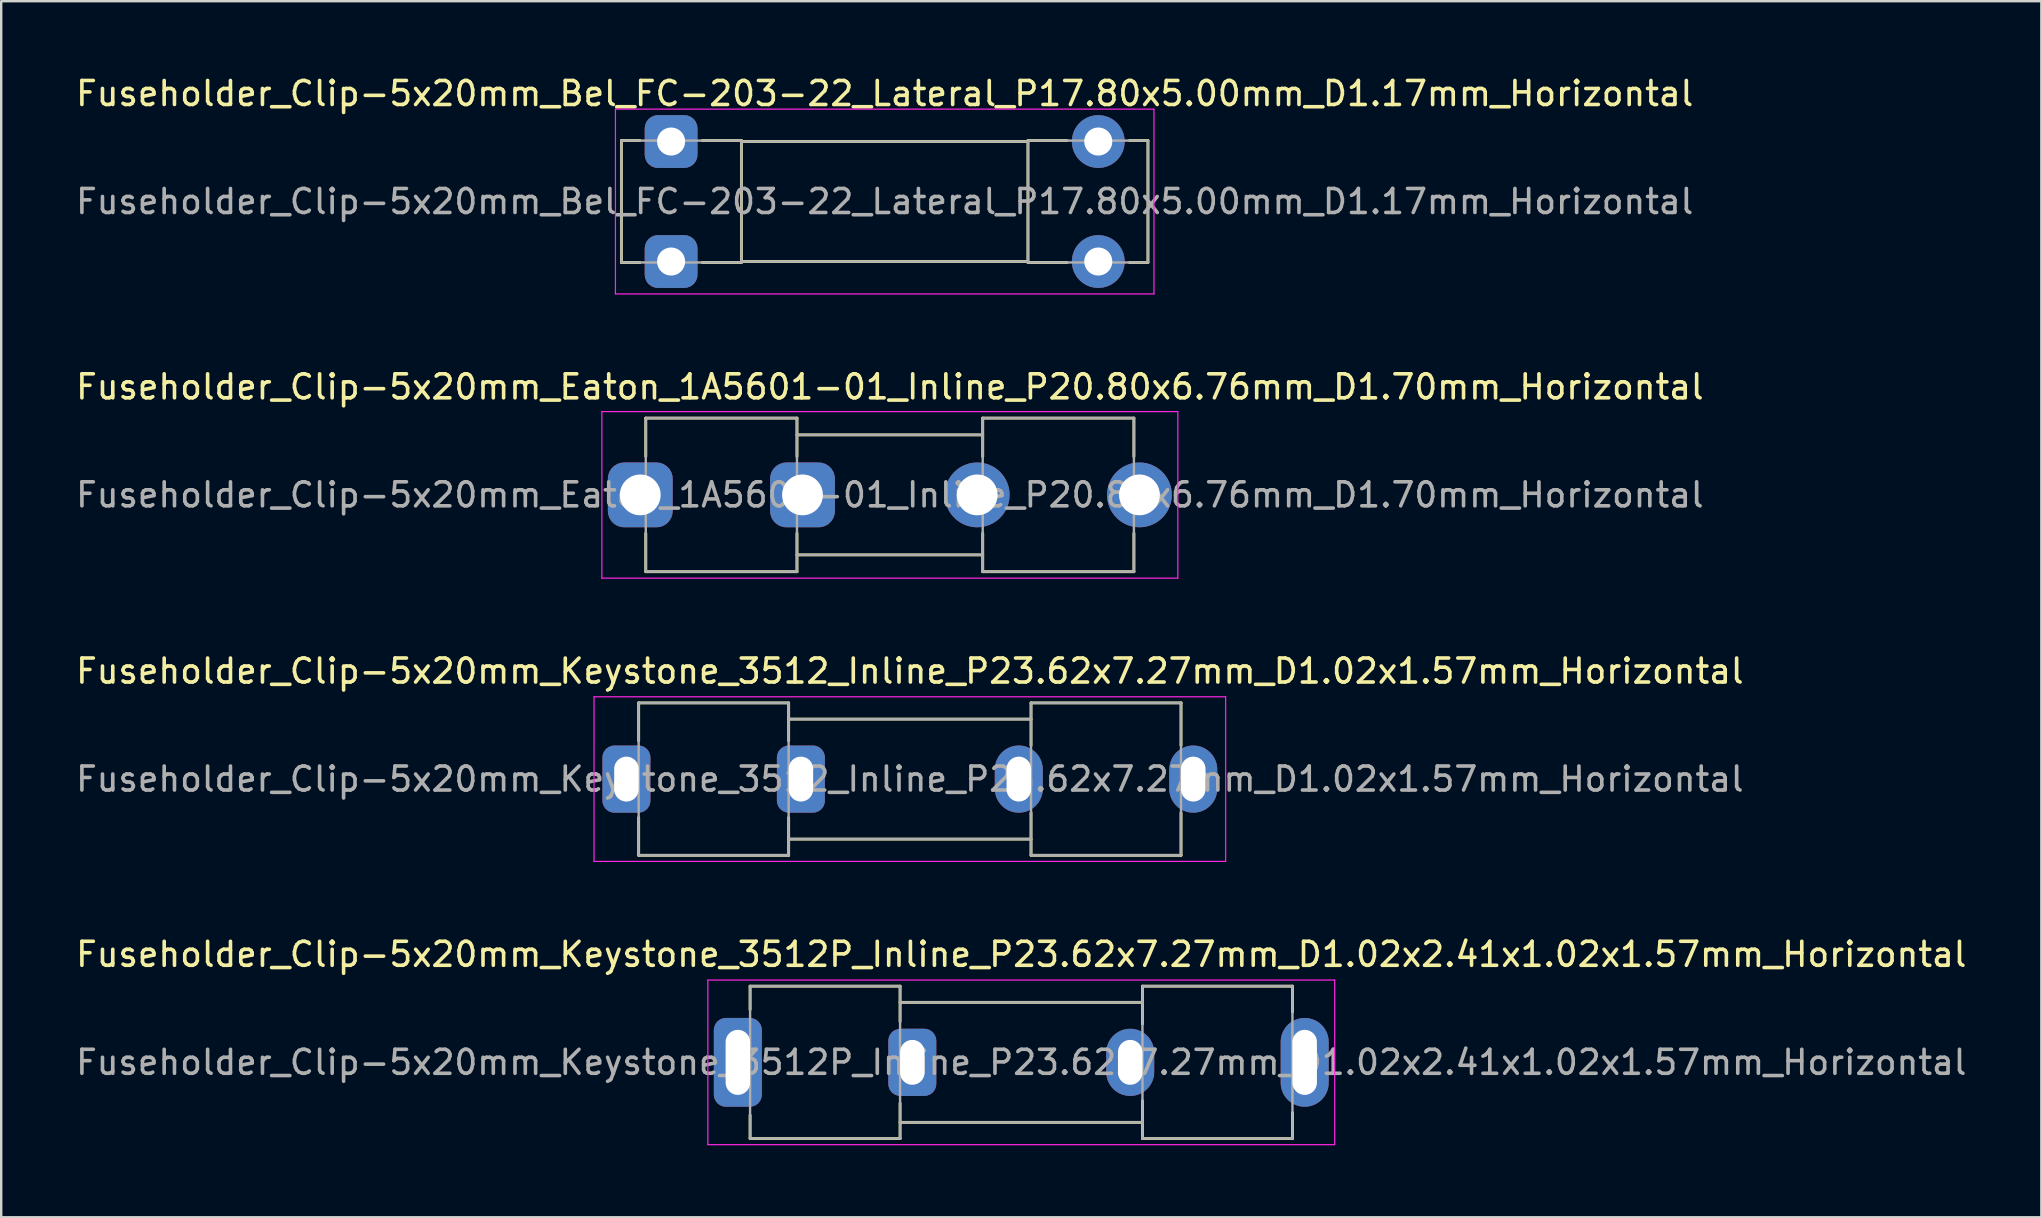
<source format=kicad_pcb>
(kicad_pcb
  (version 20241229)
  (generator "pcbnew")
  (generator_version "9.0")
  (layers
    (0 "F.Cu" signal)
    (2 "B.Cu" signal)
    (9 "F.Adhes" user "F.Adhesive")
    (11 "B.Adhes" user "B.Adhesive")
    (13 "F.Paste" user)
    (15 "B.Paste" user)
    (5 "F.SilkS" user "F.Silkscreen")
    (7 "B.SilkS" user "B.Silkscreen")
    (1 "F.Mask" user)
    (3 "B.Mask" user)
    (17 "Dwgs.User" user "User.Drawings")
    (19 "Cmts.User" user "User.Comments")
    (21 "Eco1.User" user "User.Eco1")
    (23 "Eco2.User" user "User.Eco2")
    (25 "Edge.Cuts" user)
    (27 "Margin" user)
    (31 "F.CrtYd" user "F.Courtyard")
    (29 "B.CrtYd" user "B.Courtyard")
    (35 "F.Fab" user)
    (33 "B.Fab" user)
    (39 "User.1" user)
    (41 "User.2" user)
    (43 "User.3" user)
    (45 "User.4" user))
  (footprint "Fuseholder_Clip-5x20mm_Keystone_3512P_Inline_P23.62x7.27mm_D1.02x2.41x1.02x1.57mm_Horizontal"
    (layer "F.Cu")
    (at 27.696 41.218)
    (property "Reference" "Fuseholder_Clip-5x20mm_Keystone_3512P_Inline_P23.62x7.27mm_D1.02x2.41x1.02x1.57mm_Horizontal" (at 11.81 -4.5 0) (layer "F.SilkS") (effects (font (size 1 1) (thickness 0.15))))
    (attr through_hole)
    (fp_line (start 0.51 -3.175) (end 0.51 -2.2) (stroke (width 0.12) (type solid)) (layer "F.SilkS"))
    (fp_line (start 0.51 3.175) (end 0.51 2.2) (stroke (width 0.12) (type solid)) (layer "F.SilkS"))
    (fp_line (start 6.76 -3.175) (end 0.51 -3.175) (stroke (width 0.12) (type solid)) (layer "F.SilkS"))
    (fp_line (start 6.76 -3.175) (end 6.76 -1.7) (stroke (width 0.12) (type solid)) (layer "F.SilkS"))
    (fp_line (start 6.76 3.175) (end 0.51 3.175) (stroke (width 0.12) (type solid)) (layer "F.SilkS"))
    (fp_line (start 6.76 3.175) (end 6.76 1.7) (stroke (width 0.12) (type solid)) (layer "F.SilkS"))
    (fp_line (start 16.86 -3.175) (end 16.86 -1.6) (stroke (width 0.12) (type solid)) (layer "F.SilkS"))
    (fp_line (start 16.86 -2.5) (end 6.76 -2.5) (stroke (width 0.12) (type solid)) (layer "F.SilkS"))
    (fp_line (start 16.86 2.5) (end 6.76 2.5) (stroke (width 0.12) (type solid)) (layer "F.SilkS"))
    (fp_line (start 16.86 3.175) (end 16.86 1.6) (stroke (width 0.12) (type solid)) (layer "F.SilkS"))
    (fp_line (start 16.86 3.175) (end 23.11 3.175) (stroke (width 0.12) (type solid)) (layer "F.SilkS"))
    (fp_line (start 23.11 -3.175) (end 16.86 -3.175) (stroke (width 0.12) (type solid)) (layer "F.SilkS"))
    (fp_line (start 23.11 -2.1) (end 23.11 -3.175) (stroke (width 0.12) (type solid)) (layer "F.SilkS"))
    (fp_line (start 23.11 2.1) (end 23.11 3.175) (stroke (width 0.12) (type solid)) (layer "F.SilkS"))
    (fp_line (start -1.25 -3.43) (end -1.25 3.43) (stroke (width 0.05) (type solid)) (layer "F.CrtYd"))
    (fp_line (start -1.25 -3.43) (end 24.87 -3.43) (stroke (width 0.05) (type solid)) (layer "F.CrtYd"))
    (fp_line (start 24.87 3.43) (end -1.25 3.43) (stroke (width 0.05) (type solid)) (layer "F.CrtYd"))
    (fp_line (start 24.87 3.43) (end 24.87 -3.43) (stroke (width 0.05) (type solid)) (layer "F.CrtYd"))
    (fp_line (start 0.51 -3.175) (end 6.76 -3.175) (stroke (width 0.1) (type solid)) (layer "F.Fab"))
    (fp_line (start 0.51 3.175) (end 0.51 -3.175) (stroke (width 0.1) (type solid)) (layer "F.Fab"))
    (fp_line (start 6.76 -3.175) (end 6.76 3.175) (stroke (width 0.1) (type solid)) (layer "F.Fab"))
    (fp_line (start 6.76 -2.5) (end 16.86 -2.5) (stroke (width 0.1) (type solid)) (layer "F.Fab"))
    (fp_line (start 6.76 3.175) (end 0.51 3.175) (stroke (width 0.1) (type solid)) (layer "F.Fab"))
    (fp_line (start 16.86 -3.175) (end 16.86 3.175) (stroke (width 0.1) (type solid)) (layer "F.Fab"))
    (fp_line (start 16.86 2.5) (end 6.76 2.5) (stroke (width 0.1) (type solid)) (layer "F.Fab"))
    (fp_line (start 16.86 3.175) (end 23.11 3.175) (stroke (width 0.1) (type solid)) (layer "F.Fab"))
    (fp_line (start 23.11 -3.175) (end 16.86 -3.175) (stroke (width 0.1) (type solid)) (layer "F.Fab"))
    (fp_line (start 23.11 3.175) (end 23.11 -3.175) (stroke (width 0.1) (type solid)) (layer "F.Fab"))
    (fp_text user "${REFERENCE}" (at 11.81 0 0) (layer "F.Fab") (effects (font (size 1 1) (thickness 0.15))))
    (pad "1" thru_hole roundrect (at 0 0) (size 2 3.7) (drill oval 1.02 2.71) (layers "*.Cu" "*.Mask") (roundrect_rratio 0.25))
    (pad "1" thru_hole roundrect (at 7.27 0) (size 2 2.8) (drill oval 1.02 1.87) (layers "*.Cu" "*.Mask") (roundrect_rratio 0.25))
    (pad "2" thru_hole oval (at 16.35 0) (size 2 2.8) (drill oval 1.02 1.87) (layers "*.Cu" "*.Mask"))
    (pad "2" thru_hole oval (at 23.62 0) (size 2 3.7) (drill oval 1.02 2.71) (layers "*.Cu" "*.Mask")))
  (footprint "Fuseholder_Clip-5x20mm_Keystone_3512_Inline_P23.62x7.27mm_D1.02x1.57mm_Horizontal"
    (layer "F.Cu")
    (at 23.053 29.415)
    (property "Reference" "Fuseholder_Clip-5x20mm_Keystone_3512_Inline_P23.62x7.27mm_D1.02x1.57mm_Horizontal" (at 11.81 -4.5 0) (layer "F.SilkS") (effects (font (size 1 1) (thickness 0.15))))
    (attr through_hole)
    (fp_line (start 0.51 -3.175) (end 0.51 -1.6) (stroke (width 0.12) (type solid)) (layer "F.SilkS"))
    (fp_line (start 0.51 3.175) (end 0.51 1.6) (stroke (width 0.12) (type solid)) (layer "F.SilkS"))
    (fp_line (start 6.76 -3.175) (end 0.51 -3.175) (stroke (width 0.12) (type solid)) (layer "F.SilkS"))
    (fp_line (start 6.76 -3.175) (end 6.76 -1.6) (stroke (width 0.12) (type solid)) (layer "F.SilkS"))
    (fp_line (start 6.76 3.175) (end 0.51 3.175) (stroke (width 0.12) (type solid)) (layer "F.SilkS"))
    (fp_line (start 6.76 3.175) (end 6.76 1.6) (stroke (width 0.12) (type solid)) (layer "F.SilkS"))
    (fp_line (start 16.86 -3.175) (end 16.86 -1.4) (stroke (width 0.12) (type solid)) (layer "F.SilkS"))
    (fp_line (start 16.86 -2.5) (end 6.76 -2.5) (stroke (width 0.12) (type solid)) (layer "F.SilkS"))
    (fp_line (start 16.86 2.5) (end 6.76 2.5) (stroke (width 0.12) (type solid)) (layer "F.SilkS"))
    (fp_line (start 16.86 3.175) (end 16.86 1.4) (stroke (width 0.12) (type solid)) (layer "F.SilkS"))
    (fp_line (start 16.86 3.175) (end 23.11 3.175) (stroke (width 0.12) (type solid)) (layer "F.SilkS"))
    (fp_line (start 23.11 -3.175) (end 16.86 -3.175) (stroke (width 0.12) (type solid)) (layer "F.SilkS"))
    (fp_line (start 23.11 -1.4) (end 23.11 -3.175) (stroke (width 0.12) (type solid)) (layer "F.SilkS"))
    (fp_line (start 23.11 1.4) (end 23.11 3.175) (stroke (width 0.12) (type solid)) (layer "F.SilkS"))
    (fp_line (start -1.35 -3.43) (end -1.35 3.43) (stroke (width 0.05) (type solid)) (layer "F.CrtYd"))
    (fp_line (start -1.35 -3.43) (end 24.97 -3.43) (stroke (width 0.05) (type solid)) (layer "F.CrtYd"))
    (fp_line (start 24.97 3.43) (end -1.35 3.43) (stroke (width 0.05) (type solid)) (layer "F.CrtYd"))
    (fp_line (start 24.97 3.43) (end 24.97 -3.43) (stroke (width 0.05) (type solid)) (layer "F.CrtYd"))
    (fp_line (start 0.51 -3.175) (end 6.76 -3.175) (stroke (width 0.1) (type solid)) (layer "F.Fab"))
    (fp_line (start 0.51 3.175) (end 0.51 -3.175) (stroke (width 0.1) (type solid)) (layer "F.Fab"))
    (fp_line (start 6.76 -3.175) (end 6.76 3.175) (stroke (width 0.1) (type solid)) (layer "F.Fab"))
    (fp_line (start 6.76 -2.5) (end 16.86 -2.5) (stroke (width 0.1) (type solid)) (layer "F.Fab"))
    (fp_line (start 6.76 3.175) (end 0.51 3.175) (stroke (width 0.1) (type solid)) (layer "F.Fab"))
    (fp_line (start 16.86 -3.175) (end 16.86 3.175) (stroke (width 0.1) (type solid)) (layer "F.Fab"))
    (fp_line (start 16.86 2.5) (end 6.76 2.5) (stroke (width 0.1) (type solid)) (layer "F.Fab"))
    (fp_line (start 16.86 3.175) (end 23.11 3.175) (stroke (width 0.1) (type solid)) (layer "F.Fab"))
    (fp_line (start 23.11 -3.175) (end 16.86 -3.175) (stroke (width 0.1) (type solid)) (layer "F.Fab"))
    (fp_line (start 23.11 3.175) (end 23.11 -3.175) (stroke (width 0.1) (type solid)) (layer "F.Fab"))
    (fp_text user "${REFERENCE}" (at 11.81 0 0) (layer "F.Fab") (effects (font (size 1 1) (thickness 0.15))))
    (pad "1" thru_hole roundrect (at 0 0) (size 2 2.8) (drill oval 1.02 1.87) (layers "*.Cu" "*.Mask") (roundrect_rratio 0.25))
    (pad "1" thru_hole roundrect (at 7.27 0) (size 2 2.8) (drill oval 1.02 1.87) (layers "*.Cu" "*.Mask") (roundrect_rratio 0.25))
    (pad "2" thru_hole oval (at 16.35 0) (size 2 2.8) (drill oval 1.02 1.87) (layers "*.Cu" "*.Mask"))
    (pad "2" thru_hole oval (at 23.62 0) (size 2 2.8) (drill oval 1.02 1.87) (layers "*.Cu" "*.Mask")))
  (footprint "Fuseholder_Clip-5x20mm_Bel_FC-203-22_Lateral_P17.80x5.00mm_D1.17mm_Horizontal"
    (layer "F.Cu")
    (at 24.915 2.848)
    (property "Reference" "Fuseholder_Clip-5x20mm_Bel_FC-203-22_Lateral_P17.80x5.00mm_D1.17mm_Horizontal" (at 8.9 -2 0) (layer "F.SilkS") (effects (font (size 1 1) (thickness 0.15))))
    (attr through_hole)
    (fp_line (start -2.07 5.04) (end -2.07 -0.04) (stroke (width 0.12) (type solid)) (layer "F.SilkS"))
    (fp_line (start -1.3 -0.04) (end -2.07 -0.04) (stroke (width 0.12) (type solid)) (layer "F.SilkS"))
    (fp_line (start -1.3 5.04) (end -2.07 5.04) (stroke (width 0.12) (type solid)) (layer "F.SilkS"))
    (fp_line (start 2.93 -0.04) (end 1.3 -0.04) (stroke (width 0.12) (type solid)) (layer "F.SilkS"))
    (fp_line (start 2.93 -0.04) (end 2.93 5.04) (stroke (width 0.12) (type solid)) (layer "F.SilkS"))
    (fp_line (start 2.93 5.04) (end 1.3 5.04) (stroke (width 0.12) (type solid)) (layer "F.SilkS"))
    (fp_line (start 14.87 -0.04) (end 14.87 5.04) (stroke (width 0.12) (type solid)) (layer "F.SilkS"))
    (fp_line (start 14.87 0) (end 2.93 0) (stroke (width 0.12) (type solid)) (layer "F.SilkS"))
    (fp_line (start 14.87 5) (end 2.93 5) (stroke (width 0.12) (type solid)) (layer "F.SilkS"))
    (fp_line (start 16.5 -0.04) (end 14.87 -0.04) (stroke (width 0.12) (type solid)) (layer "F.SilkS"))
    (fp_line (start 16.5 5.04) (end 14.87 5.04) (stroke (width 0.12) (type solid)) (layer "F.SilkS"))
    (fp_line (start 19.1 -0.04) (end 19.87 -0.04) (stroke (width 0.12) (type solid)) (layer "F.SilkS"))
    (fp_line (start 19.1 5.04) (end 19.87 5.04) (stroke (width 0.12) (type solid)) (layer "F.SilkS"))
    (fp_line (start 19.87 -0.04) (end 19.87 5.04) (stroke (width 0.12) (type solid)) (layer "F.SilkS"))
    (fp_line (start -2.32 -1.35) (end -2.32 6.35) (stroke (width 0.05) (type solid)) (layer "F.CrtYd"))
    (fp_line (start -2.32 -1.35) (end 20.12 -1.35) (stroke (width 0.05) (type solid)) (layer "F.CrtYd"))
    (fp_line (start 20.12 6.35) (end -2.32 6.35) (stroke (width 0.05) (type solid)) (layer "F.CrtYd"))
    (fp_line (start 20.12 6.35) (end 20.12 -1.35) (stroke (width 0.05) (type solid)) (layer "F.CrtYd"))
    (fp_line (start -2.07 -0.04) (end 2.93 -0.04) (stroke (width 0.1) (type solid)) (layer "F.Fab"))
    (fp_line (start -2.07 5.04) (end -2.07 -0.04) (stroke (width 0.1) (type solid)) (layer "F.Fab"))
    (fp_line (start 2.9 5.04) (end -2.07 5.04) (stroke (width 0.1) (type solid)) (layer "F.Fab"))
    (fp_line (start 2.93 -0.04) (end 2.93 5.04) (stroke (width 0.1) (type solid)) (layer "F.Fab"))
    (fp_line (start 2.93 0) (end 14.87 0) (stroke (width 0.1) (type solid)) (layer "F.Fab"))
    (fp_line (start 14.87 -0.04) (end 14.87 5.04) (stroke (width 0.1) (type solid)) (layer "F.Fab"))
    (fp_line (start 14.87 5) (end 2.93 5) (stroke (width 0.1) (type solid)) (layer "F.Fab"))
    (fp_line (start 14.87 5.04) (end 19.87 5.04) (stroke (width 0.1) (type solid)) (layer "F.Fab"))
    (fp_line (start 19.87 -0.04) (end 14.87 -0.04) (stroke (width 0.1) (type solid)) (layer "F.Fab"))
    (fp_line (start 19.87 5.04) (end 19.87 -0.04) (stroke (width 0.1) (type solid)) (layer "F.Fab"))
    (fp_text user "${REFERENCE}" (at 8.9 2.5 0) (layer "F.Fab") (effects (font (size 1 1) (thickness 0.15))))
    (pad "1" thru_hole roundrect (at 0 0) (size 2.2 2.2) (drill 1.17) (layers "*.Cu" "*.Mask") (roundrect_rratio 0.25))
    (pad "1" thru_hole roundrect (at 0 5) (size 2.2 2.2) (drill 1.17) (layers "*.Cu" "*.Mask") (roundrect_rratio 0.25))
    (pad "2" thru_hole circle (at 17.8 0) (size 2.2 2.2) (drill 1.17) (layers "*.Cu" "*.Mask"))
    (pad "2" thru_hole circle (at 17.8 5) (size 2.2 2.2) (drill 1.17) (layers "*.Cu" "*.Mask")))
  (footprint "Fuseholder_Clip-5x20mm_Eaton_1A5601-01_Inline_P20.80x6.76mm_D1.70mm_Horizontal"
    (layer "F.Cu")
    (at 23.63 17.572)
    (property "Reference" "Fuseholder_Clip-5x20mm_Eaton_1A5601-01_Inline_P20.80x6.76mm_D1.70mm_Horizontal" (at 10.4 -4.5 0) (layer "F.SilkS") (effects (font (size 1 1) (thickness 0.15))))
    (attr through_hole)
    (fp_line (start 0.23 -3.2) (end 0.23 -1.6) (stroke (width 0.12) (type solid)) (layer "F.SilkS"))
    (fp_line (start 0.23 3.2) (end 0.23 1.6) (stroke (width 0.12) (type solid)) (layer "F.SilkS"))
    (fp_line (start 6.53 -3.2) (end 0.23 -3.2) (stroke (width 0.12) (type solid)) (layer "F.SilkS"))
    (fp_line (start 6.53 -3.2) (end 6.53 -1.6) (stroke (width 0.12) (type solid)) (layer "F.SilkS"))
    (fp_line (start 6.53 3.2) (end 0.23 3.2) (stroke (width 0.12) (type solid)) (layer "F.SilkS"))
    (fp_line (start 6.53 3.2) (end 6.53 1.6) (stroke (width 0.12) (type solid)) (layer "F.SilkS"))
    (fp_line (start 14.27 -3.2) (end 14.27 -1.6) (stroke (width 0.12) (type solid)) (layer "F.SilkS"))
    (fp_line (start 14.27 -2.5) (end 6.53 -2.5) (stroke (width 0.12) (type solid)) (layer "F.SilkS"))
    (fp_line (start 14.27 2.5) (end 6.53 2.5) (stroke (width 0.12) (type solid)) (layer "F.SilkS"))
    (fp_line (start 14.27 3.2) (end 14.27 1.6) (stroke (width 0.12) (type solid)) (layer "F.SilkS"))
    (fp_line (start 14.27 3.2) (end 20.57 3.2) (stroke (width 0.12) (type solid)) (layer "F.SilkS"))
    (fp_line (start 20.57 -3.2) (end 14.27 -3.2) (stroke (width 0.12) (type solid)) (layer "F.SilkS"))
    (fp_line (start 20.57 -1.6) (end 20.57 -3.2) (stroke (width 0.12) (type solid)) (layer "F.SilkS"))
    (fp_line (start 20.57 1.6) (end 20.57 3.2) (stroke (width 0.12) (type solid)) (layer "F.SilkS"))
    (fp_line (start -1.6 -3.47) (end -1.6 3.47) (stroke (width 0.05) (type solid)) (layer "F.CrtYd"))
    (fp_line (start -1.6 -3.47) (end 22.4 -3.47) (stroke (width 0.05) (type solid)) (layer "F.CrtYd"))
    (fp_line (start 22.4 3.47) (end -1.6 3.47) (stroke (width 0.05) (type solid)) (layer "F.CrtYd"))
    (fp_line (start 22.4 3.47) (end 22.4 -3.47) (stroke (width 0.05) (type solid)) (layer "F.CrtYd"))
    (fp_line (start 0.23 -3.2) (end 6.53 -3.2) (stroke (width 0.1) (type solid)) (layer "F.Fab"))
    (fp_line (start 0.23 3.2) (end 0.23 -3.2) (stroke (width 0.1) (type solid)) (layer "F.Fab"))
    (fp_line (start 6.53 -3.2) (end 6.53 3.2) (stroke (width 0.1) (type solid)) (layer "F.Fab"))
    (fp_line (start 6.53 -2.5) (end 14.27 -2.5) (stroke (width 0.1) (type solid)) (layer "F.Fab"))
    (fp_line (start 6.53 3.2) (end 0.23 3.2) (stroke (width 0.1) (type solid)) (layer "F.Fab"))
    (fp_line (start 14.27 -3.2) (end 14.27 3.2) (stroke (width 0.1) (type solid)) (layer "F.Fab"))
    (fp_line (start 14.27 2.5) (end 6.53 2.5) (stroke (width 0.1) (type solid)) (layer "F.Fab"))
    (fp_line (start 14.27 3.2) (end 20.57 3.2) (stroke (width 0.1) (type solid)) (layer "F.Fab"))
    (fp_line (start 20.57 -3.2) (end 14.27 -3.2) (stroke (width 0.1) (type solid)) (layer "F.Fab"))
    (fp_line (start 20.57 3.2) (end 20.57 -3.2) (stroke (width 0.1) (type solid)) (layer "F.Fab"))
    (fp_text user "${REFERENCE}" (at 10.4 0 0) (layer "F.Fab") (effects (font (size 1 1) (thickness 0.15))))
    (pad "1" thru_hole roundrect (at 0 0) (size 2.7 2.7) (drill 1.7) (layers "*.Cu" "*.Mask") (roundrect_rratio 0.25))
    (pad "1" thru_hole roundrect (at 6.76 0) (size 2.7 2.7) (drill 1.7) (layers "*.Cu" "*.Mask") (roundrect_rratio 0.25))
    (pad "2" thru_hole circle (at 14.04 0) (size 2.7 2.7) (drill 1.7) (layers "*.Cu" "*.Mask"))
    (pad "2" thru_hole circle (at 20.8 0) (size 2.7 2.7) (drill 1.7) (layers "*.Cu" "*.Mask")))
  (gr_rect
    (start -3 -3)
    (end 82.012 47.673)
    (stroke (width 0.1) (type default))
    (fill no)
    (layer "Edge.Cuts")))
</source>
